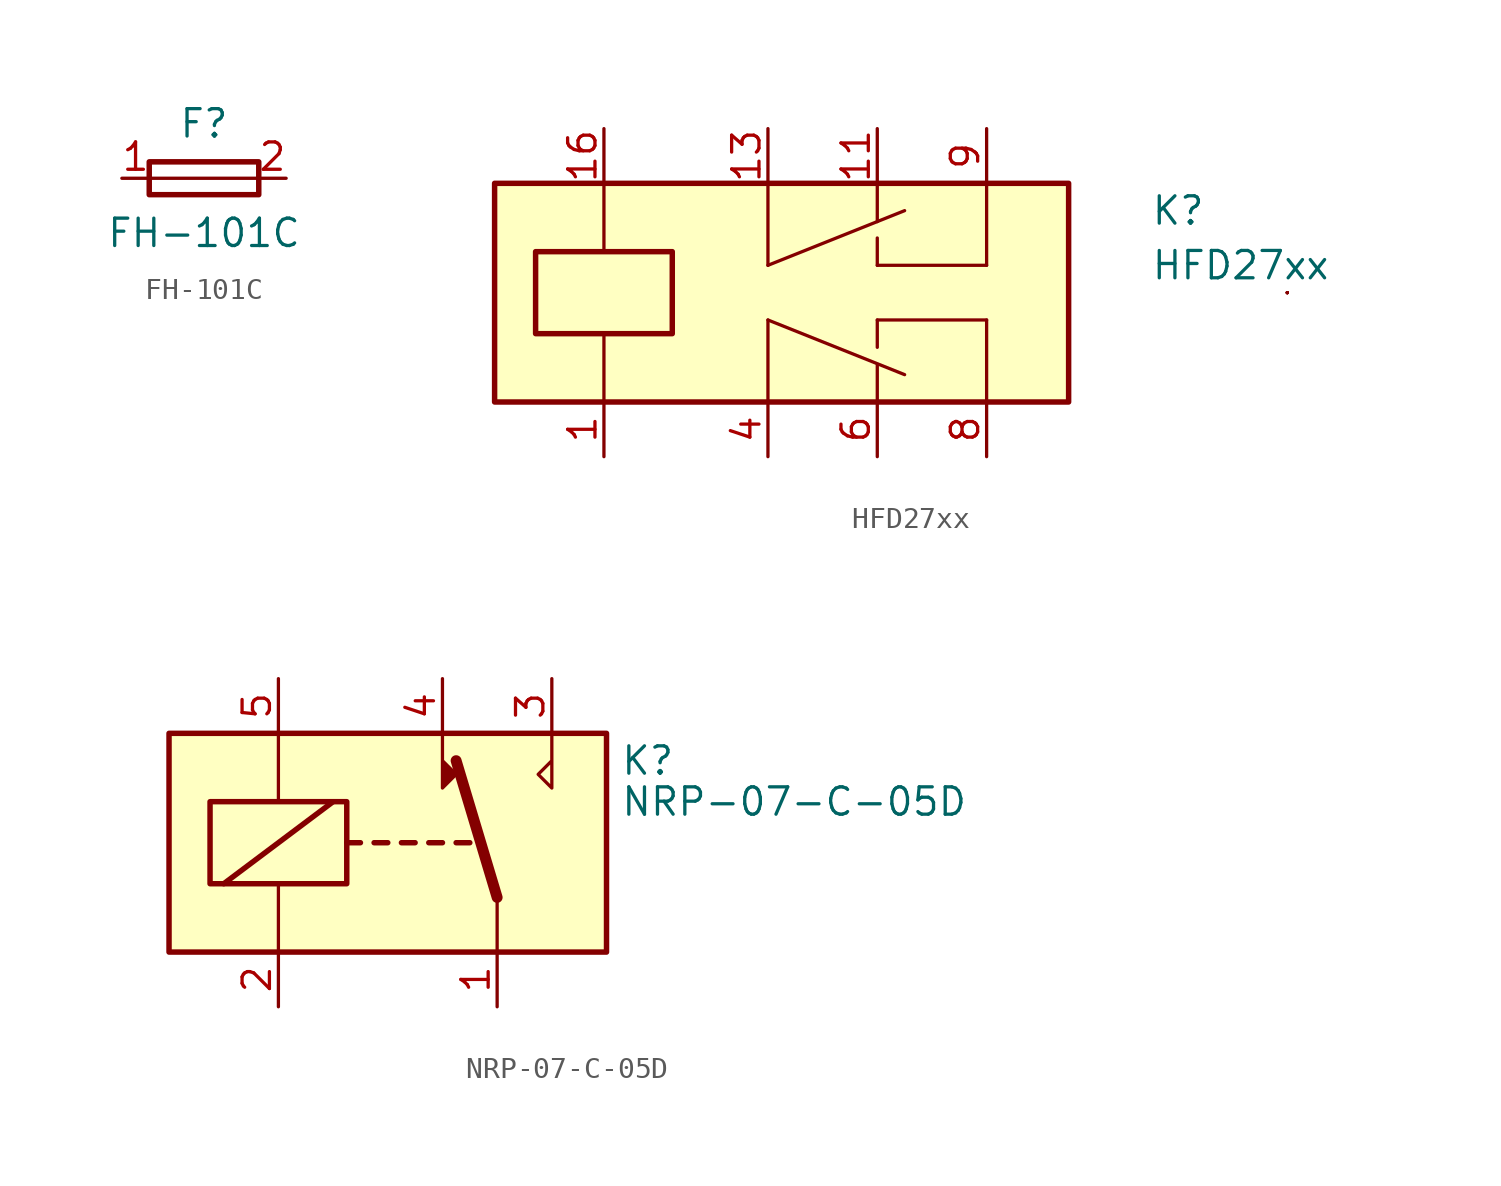
<source format=kicad_sym>
(kicad_symbol_lib
  (version 20211014)
  (generator kicad_symbol_editor)
  (symbol "FH-101C"
    (pin_names
      (offset 1.016) hide)
    (property "Reference" "F"
      (at 0 2.54 0)
      (effects (font (size 1.27 1.27))))
    (property "Value" "FH-101C"
      (at 0 -2.54 0)
      (effects (font (size 1.27 1.27))))
    (symbol "FH-101C_1_1"
      (polyline (pts (xy -2.54 0) (xy 2.54 0)) (stroke (width 0) (type default) (color 0 0 0 0)) (fill (type none)))
      (rectangle (start 2.54 -0.762) (end -2.54 0.762) (stroke (width 0.254) (type default) (color 0 0 0 0)) (fill (type none)))
      (pin passive line (at -3.81 0 0) (length 1.27) (name "~" (effects (font (size 1.27 1.27)))) (number "1" (effects (font (size 1.27 1.27)))))
      (pin passive line (at 3.81 0 180) (length 1.27) (name "~" (effects (font (size 1.27 1.27)))) (number "2" (effects (font (size 1.27 1.27)))))))
  (symbol "HFD27xx"
    (pin_names
      (offset 1.016))
    (property "Reference" "K"
      (at 17.78 3.81 0)
      (effects (font (size 1.27 1.27)) (justify left)))
    (property "Value" "HFD27xx"
      (at 17.78 1.27 0)
      (effects (font (size 1.27 1.27)) (justify left)))
    (symbol "HFD27xx_0_1"
      (polyline (pts (xy 0 -5.08) (xy 0 -1.27)) (stroke (width 0) (type default) (color 0 0 0 0)) (fill (type none)))
      (polyline (pts (xy 0 1.27) (xy 0 5.08)) (stroke (width 0) (type default) (color 0 0 0 0)) (fill (type none)))
      (polyline (pts (xy 5.08 -5.08) (xy 5.08 -3.353)) (stroke (width 0) (type default) (color 0 0 0 0)) (fill (type none)))
      (polyline (pts (xy 5.08 -1.27) (xy 5.08 -2.54)) (stroke (width 0) (type default) (color 0 0 0 0)) (fill (type none)))
      (polyline (pts (xy 5.08 1.27) (xy 5.08 2.54)) (stroke (width 0) (type default) (color 0 0 0 0)) (fill (type none)))
      (polyline (pts (xy 5.08 3.302) (xy 5.08 5.08)) (stroke (width 0) (type default) (color 0 0 0 0)) (fill (type none)))
      (polyline (pts (xy 6.35 -3.81) (xy 0 -1.27)) (stroke (width 0) (type default) (color 0 0 0 0)) (fill (type none)))
      (polyline (pts (xy 6.35 3.81) (xy 0 1.27)) (stroke (width 0) (type default) (color 0 0 0 0)) (fill (type none)))
      (polyline (pts (xy 10.16 -5.08) (xy 10.16 -1.27)) (stroke (width 0) (type default) (color 0 0 0 0)) (fill (type none)))
      (polyline (pts (xy 10.16 -1.27) (xy 5.08 -1.27)) (stroke (width 0) (type default) (color 0 0 0 0)) (fill (type none)))
      (polyline (pts (xy 10.16 1.27) (xy 5.08 1.27)) (stroke (width 0) (type default) (color 0 0 0 0)) (fill (type none)))
      (polyline (pts (xy 10.16 1.27) (xy 10.16 5.08)) (stroke (width 0) (type default) (color 0 0 0 0)) (fill (type none)))
      (polyline (pts (xy 24.13 0) (xy 24.13 0)) (stroke (width 0) (type default) (color 0 0 0 0)) (fill (type none)))
      (polyline (pts (xy 24.13 0) (xy 24.13 0)) (stroke (width 0) (type default) (color 0 0 0 0)) (fill (type none)))
      (polyline (pts (xy 24.13 0) (xy 24.13 0)) (stroke (width 0) (type default) (color 0 0 0 0)) (fill (type none)))
      (polyline (pts (xy 24.13 0) (xy 24.13 0)) (stroke (width 0) (type default) (color 0 0 0 0)) (fill (type none)))
      (polyline (pts (xy 24.13 0) (xy 24.13 0)) (stroke (width 0) (type default) (color 0 0 0 0)) (fill (type none)))
      (polyline (pts (xy 24.13 0) (xy 24.13 0)) (stroke (width 0) (type default) (color 0 0 0 0)) (fill (type none))))
    (symbol "HFD27xx_1_1"
      (rectangle (start -12.7 5.08) (end 13.97 -5.08) (stroke (width 0.254) (type default) (color 0 0 0 0)) (fill (type background)))
      (rectangle (start -10.795 1.905) (end -4.445 -1.905) (stroke (width 0.254) (type default) (color 0 0 0 0)) (fill (type none)))
      (polyline (pts (xy -7.62 -5.08) (xy -7.62 -1.905)) (stroke (width 0) (type default) (color 0 0 0 0)) (fill (type none)))
      (polyline (pts (xy -7.62 5.08) (xy -7.62 1.905)) (stroke (width 0) (type default) (color 0 0 0 0)) (fill (type none)))
      (pin passive line (at -7.62 -7.62 90) (length 2.54) (name "~" (effects (font (size 1.27 1.27)))) (number "1" (effects (font (size 1.27 1.27)))))
      (pin passive line (at 5.08 7.62 270) (length 2.54) (name "~" (effects (font (size 1.27 1.27)))) (number "11" (effects (font (size 1.27 1.27)))))
      (pin passive line (at 0 7.62 270) (length 2.54) (name "~" (effects (font (size 1.27 1.27)))) (number "13" (effects (font (size 1.27 1.27)))))
      (pin passive line (at -7.62 7.62 270) (length 2.54) (name "~" (effects (font (size 1.27 1.27)))) (number "16" (effects (font (size 1.27 1.27)))))
      (pin passive line (at 0 -7.62 90) (length 2.54) (name "~" (effects (font (size 1.27 1.27)))) (number "4" (effects (font (size 1.27 1.27)))))
      (pin passive line (at 5.08 -7.62 90) (length 2.54) (name "" (effects (font (size 1.27 1.27)))) (number "6" (effects (font (size 1.27 1.27)))))
      (pin passive line (at 10.16 -7.62 90) (length 2.54) (name "" (effects (font (size 1.27 1.27)))) (number "8" (effects (font (size 1.27 1.27)))))
      (pin passive line (at 10.16 7.62 270) (length 2.54) (name "" (effects (font (size 1.27 1.27)))) (number "9" (effects (font (size 1.27 1.27)))))))
  (symbol "NRP-07-C-05D"
    (pin_names
      (offset 1.016))
    (property "Reference" "K"
      (at 10.795 3.81 0)
      (effects (font (size 1.27 1.27)) (justify left)))
    (property "Value" "NRP-07-C-05D"
      (at 10.795 1.905 0)
      (effects (font (size 1.27 1.27)) (justify left)))
    (symbol "NRP-07-C-05D_1_1"
      (rectangle (start -10.16 5.08) (end 10.16 -5.08) (stroke (width 0.254) (type default) (color 0 0 0 0)) (fill (type background)))
      (rectangle (start -8.255 1.905) (end -1.905 -1.905) (stroke (width 0.254) (type default) (color 0 0 0 0)) (fill (type none)))
      (polyline (pts (xy -7.62 -1.905) (xy -2.54 1.905)) (stroke (width 0.254) (type default) (color 0 0 0 0)) (fill (type none)))
      (polyline (pts (xy -5.08 -5.08) (xy -5.08 -1.905)) (stroke (width 0) (type default) (color 0 0 0 0)) (fill (type none)))
      (polyline (pts (xy -5.08 5.08) (xy -5.08 1.905)) (stroke (width 0) (type default) (color 0 0 0 0)) (fill (type none)))
      (polyline (pts (xy -1.905 0) (xy -1.27 0)) (stroke (width 0.254) (type default) (color 0 0 0 0)) (fill (type none)))
      (polyline (pts (xy -0.635 0) (xy 0 0)) (stroke (width 0.254) (type default) (color 0 0 0 0)) (fill (type none)))
      (polyline (pts (xy 0.635 0) (xy 1.27 0)) (stroke (width 0.254) (type default) (color 0 0 0 0)) (fill (type none)))
      (polyline (pts (xy 1.905 0) (xy 2.54 0)) (stroke (width 0.254) (type default) (color 0 0 0 0)) (fill (type none)))
      (polyline (pts (xy 3.175 0) (xy 3.81 0)) (stroke (width 0.254) (type default) (color 0 0 0 0)) (fill (type none)))
      (polyline (pts (xy 5.08 -2.54) (xy 3.175 3.81)) (stroke (width 0.508) (type default) (color 0 0 0 0)) (fill (type none)))
      (polyline (pts (xy 5.08 -2.54) (xy 5.08 -5.08)) (stroke (width 0) (type default) (color 0 0 0 0)) (fill (type none)))
      (polyline (pts (xy 2.54 5.08) (xy 2.54 2.54) (xy 3.175 3.175) (xy 2.54 3.81)) (stroke (width 0) (type default) (color 0 0 0 0)) (fill (type outline)))
      (polyline (pts (xy 7.62 5.08) (xy 7.62 2.54) (xy 6.985 3.175) (xy 7.62 3.81)) (stroke (width 0) (type default) (color 0 0 0 0)) (fill (type none)))
      (pin passive line (at 5.08 -7.62 90) (length 2.54) (name "~" (effects (font (size 1.27 1.27)))) (number "1" (effects (font (size 1.27 1.27)))))
      (pin passive line (at -5.08 -7.62 90) (length 2.54) (name "~" (effects (font (size 1.27 1.27)))) (number "2" (effects (font (size 1.27 1.27)))))
      (pin passive line (at 7.62 7.62 270) (length 2.54) (name "~" (effects (font (size 1.27 1.27)))) (number "3" (effects (font (size 1.27 1.27)))))
      (pin passive line (at 2.54 7.62 270) (length 2.54) (name "~" (effects (font (size 1.27 1.27)))) (number "4" (effects (font (size 1.27 1.27)))))
      (pin passive line (at -5.08 7.62 270) (length 2.54) (name "~" (effects (font (size 1.27 1.27)))) (number "5" (effects (font (size 1.27 1.27))))))))
</source>
